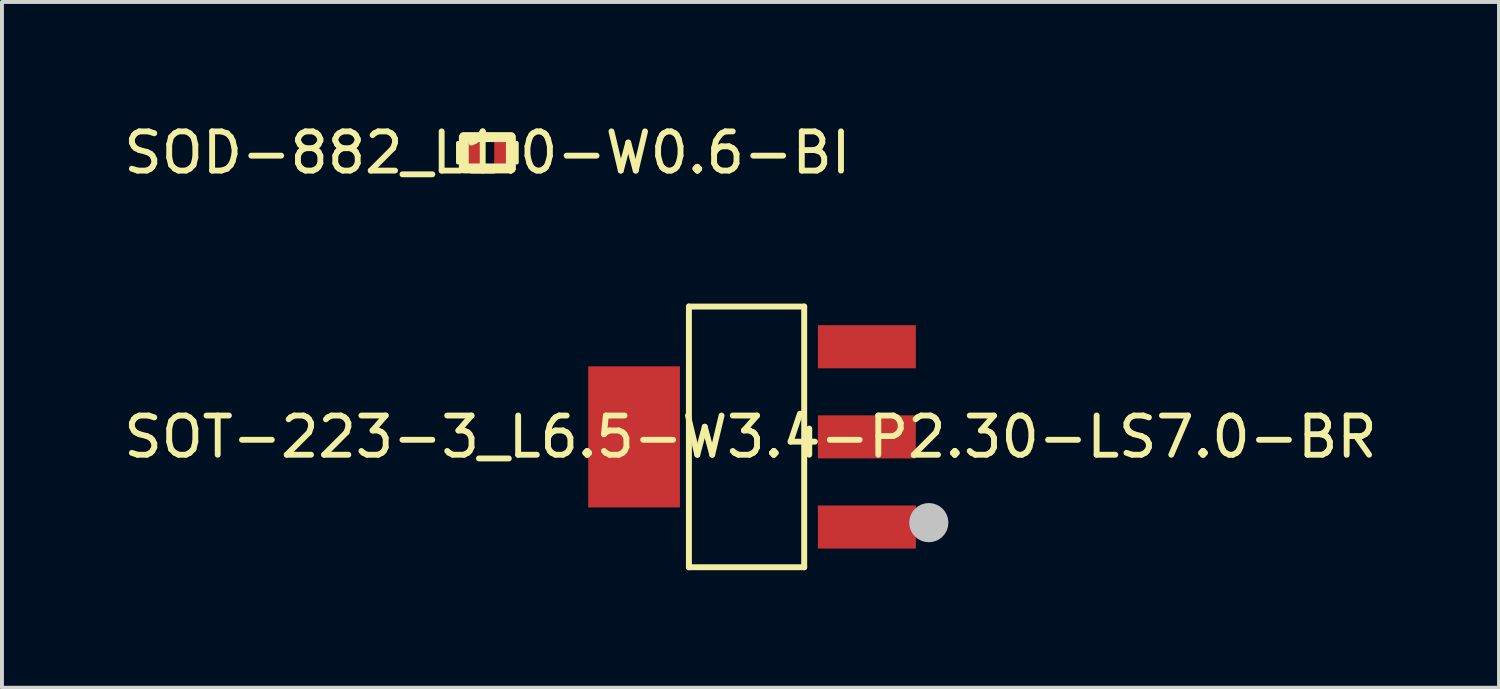
<source format=kicad_pcb>
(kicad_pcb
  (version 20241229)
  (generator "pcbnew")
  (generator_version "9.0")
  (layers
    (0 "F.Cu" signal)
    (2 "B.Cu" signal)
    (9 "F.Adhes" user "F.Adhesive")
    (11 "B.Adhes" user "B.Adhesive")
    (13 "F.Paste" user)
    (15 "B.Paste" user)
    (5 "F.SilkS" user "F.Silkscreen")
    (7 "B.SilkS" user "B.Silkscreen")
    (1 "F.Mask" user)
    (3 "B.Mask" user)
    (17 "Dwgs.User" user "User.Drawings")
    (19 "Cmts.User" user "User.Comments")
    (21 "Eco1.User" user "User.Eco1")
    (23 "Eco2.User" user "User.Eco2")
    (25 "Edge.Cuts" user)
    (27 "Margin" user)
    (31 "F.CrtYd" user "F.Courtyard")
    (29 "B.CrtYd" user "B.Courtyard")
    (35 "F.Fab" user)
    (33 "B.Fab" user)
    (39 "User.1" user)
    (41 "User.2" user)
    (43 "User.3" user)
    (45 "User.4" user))
  (footprint "SOD-882_L1.0-W0.6-BI"
    (layer "F.Cu")
    (at 9.387 0.848)
    (property "Reference" "SOD-882_L1.0-W0.6-BI" (at 0 0 0) (layer "F.SilkS") (effects (font (size 1 1) (thickness 0.15))))
    (fp_line (start -0.75 0.25) (end -0.75 -0.25) (stroke (width 0.1) (type default)) (layer "F.SilkS"))
    (fp_line (start 0.75 -0.25) (end 0.75 0.25) (stroke (width 0.1) (type default)) (layer "F.SilkS"))
    (fp_rect (start -0.6 -0.4) (end 0.6 0.4) (stroke (width 0.254) (type default)) (fill no) (layer "F.SilkS"))
    (fp_poly (pts (xy -0.45 -0.25) (xy -0.2 -0.25) (xy -0.2 0.25) (xy -0.45 0.25)) (stroke (width 0.1) (type default)) (fill no) (layer "User.1"))
    (fp_poly (pts (xy 0.2 -0.25) (xy 0.45 -0.25) (xy 0.45 0.25) (xy 0.2 0.25)) (stroke (width 0.1) (type default)) (fill no) (layer "User.1"))
    (fp_line (start -0.5 -0.3) (end 0.5 -0.3) (stroke (width 0.051) (type default)) (layer "User.2"))
    (fp_line (start -0.5 0.3) (end -0.5 -0.3) (stroke (width 0.051) (type default)) (layer "User.2"))
    (fp_line (start 0.5 -0.3) (end 0.5 0.3) (stroke (width 0.051) (type default)) (layer "User.2"))
    (fp_line (start 0.5 0.3) (end -0.5 0.3) (stroke (width 0.051) (type default)) (layer "User.2"))
    (fp_poly (pts (xy -0.44 0.3) (xy -0.458 0.258) (xy -0.5 0.24) (xy -0.542 0.258) (xy -0.56 0.3) (xy -0.542 0.342) (xy -0.5 0.36) (xy -0.458 0.342)) (stroke (width 0.1) (type default)) (fill no) (layer "User.3"))
    (pad "1" smd rect (at -0.325 0) (size 0.3 0.6) (layers "F.Cu" "F.Mask" "F.Paste"))
    (pad "2" smd rect (at 0.325 0) (size 0.3 0.6) (layers "F.Cu" "F.Mask" "F.Paste")))
  (footprint "SOT-223-3_L6.5-W3.4-P2.30-LS7.0-BR"
    (layer "F.Cu")
    (at 16.101 8.099)
    (property "Reference" "SOT-223-3_L6.5-W3.4-P2.30-LS7.0-BR" (at 0 0 0) (layer "F.SilkS") (effects (font (size 1 1) (thickness 0.15))))
    (fp_line (start -1.571 -3.326) (end 1.371 -3.326) (stroke (width 0.152) (type default)) (layer "F.SilkS"))
    (fp_line (start -1.571 3.326) (end -1.571 -3.326) (stroke (width 0.152) (type default)) (layer "F.SilkS"))
    (fp_line (start 1.371 -3.326) (end 1.371 3.326) (stroke (width 0.152) (type default)) (layer "F.SilkS"))
    (fp_line (start 1.371 3.326) (end -1.571 3.326) (stroke (width 0.152) (type default)) (layer "F.SilkS"))
    (fp_circle (center 4.551 2.188) (end 4.801 2.188) (stroke (width 0.5) (type default)) (fill no) (layer "Dwgs.User"))
    (fp_poly (pts (xy -3.6 1.5) (xy -3.6 -1.5) (xy -2.85 -1.5) (xy -2.85 1.5)) (stroke (width 0.1) (type default)) (fill no) (layer "User.1"))
    (fp_poly (pts (xy -2.86 1.5) (xy -2.86 -1.5) (xy -1.84 -1.5) (xy -1.84 1.5)) (stroke (width 0.1) (type default)) (fill no) (layer "User.1"))
    (fp_poly (pts (xy 1.64 -1.925) (xy 1.64 -2.675) (xy 2.66 -2.675) (xy 2.66 -1.925)) (stroke (width 0.1) (type default)) (fill no) (layer "User.1"))
    (fp_poly (pts (xy 1.64 0.375) (xy 1.64 -0.375) (xy 2.66 -0.375) (xy 2.66 0.375)) (stroke (width 0.1) (type default)) (fill no) (layer "User.1"))
    (fp_poly (pts (xy 1.64 2.675) (xy 1.64 1.925) (xy 2.66 1.925) (xy 2.66 2.675)) (stroke (width 0.1) (type default)) (fill no) (layer "User.1"))
    (fp_poly (pts (xy 2.65 -1.925) (xy 2.65 -2.675) (xy 3.4 -2.675) (xy 3.4 -1.925)) (stroke (width 0.1) (type default)) (fill no) (layer "User.1"))
    (fp_poly (pts (xy 2.65 0.375) (xy 2.65 -0.375) (xy 3.4 -0.375) (xy 3.4 0.375)) (stroke (width 0.1) (type default)) (fill no) (layer "User.1"))
    (fp_poly (pts (xy 2.65 2.675) (xy 2.65 1.925) (xy 3.4 1.925) (xy 3.4 2.675)) (stroke (width 0.1) (type default)) (fill no) (layer "User.1"))
    (fp_line (start -1.85 -3.25) (end 1.65 -3.25) (stroke (width 0.051) (type default)) (layer "User.2"))
    (fp_line (start -1.85 3.25) (end -1.85 -3.25) (stroke (width 0.051) (type default)) (layer "User.2"))
    (fp_line (start 1.65 -3.25) (end 1.65 3.25) (stroke (width 0.051) (type default)) (layer "User.2"))
    (fp_line (start 1.65 3.25) (end -1.85 3.25) (stroke (width 0.051) (type default)) (layer "User.2"))
    (fp_poly (pts (xy 3.46 3.25) (xy 3.442 3.208) (xy 3.4 3.19) (xy 3.358 3.208) (xy 3.34 3.25) (xy 3.358 3.292) (xy 3.4 3.31) (xy 3.442 3.292)) (stroke (width 0.1) (type default)) (fill no) (layer "User.3"))
    (pad "1" smd rect (at 2.97 2.3) (size 2.5 1.1) (layers "F.Cu" "F.Mask" "F.Paste"))
    (pad "2" smd rect (at 2.97 0) (size 2.5 1.1) (layers "F.Cu" "F.Mask" "F.Paste"))
    (pad "3" smd rect (at 2.97 -2.3) (size 2.5 1.1) (layers "F.Cu" "F.Mask" "F.Paste"))
    (pad "4" smd rect (at -2.97 0) (size 2.34 3.6) (layers "F.Cu" "F.Mask" "F.Paste")))
  (gr_rect
    (start -3 -3)
    (end 35.202 14.501)
    (stroke (width 0.1) (type default))
    (fill no)
    (layer "Edge.Cuts")))
</source>
